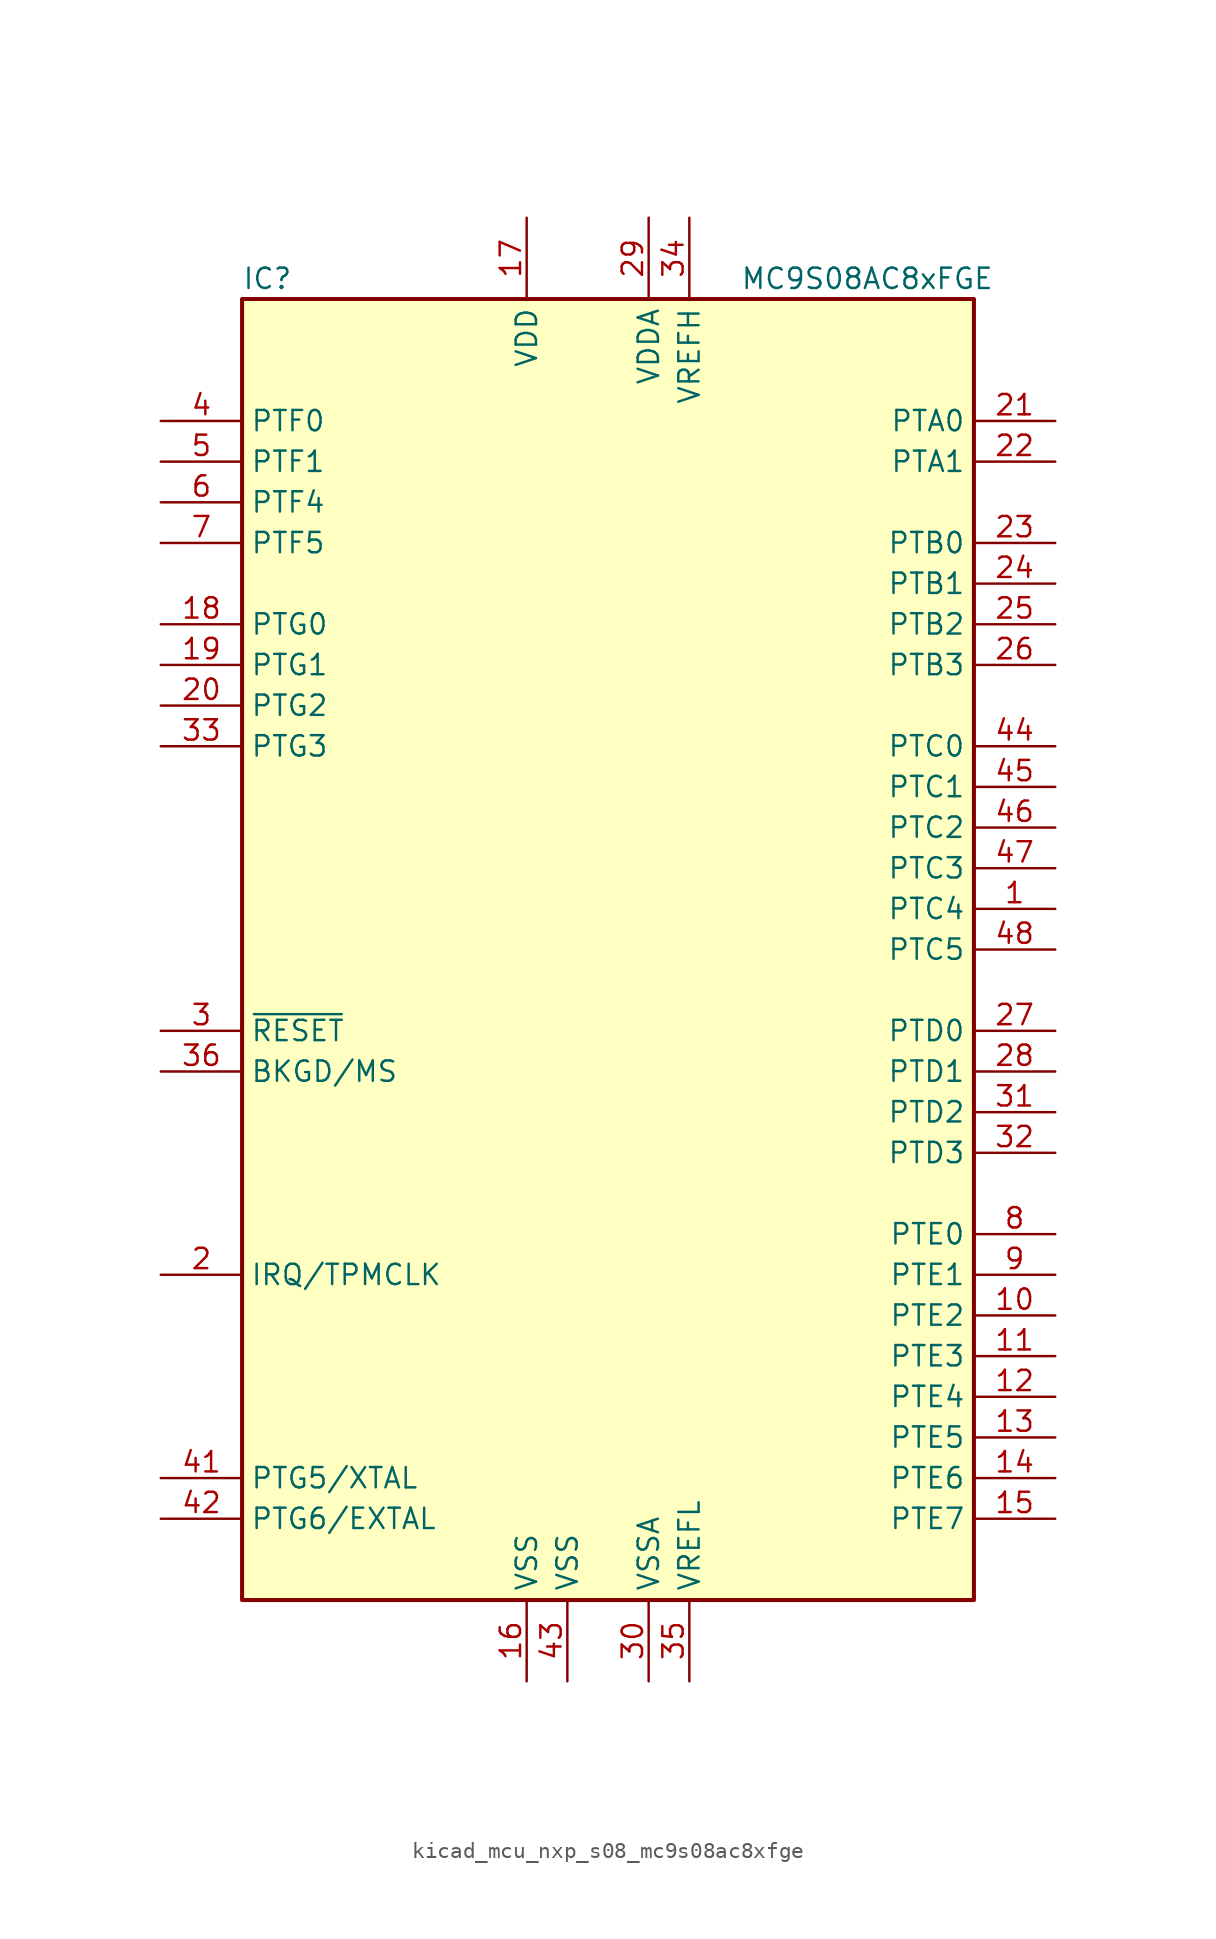
<source format=kicad_sym>
(kicad_symbol_lib
  (version 20220914)
  (generator kicad_symbol_editor)
  (symbol "kicad_mcu_nxp_s08_mc9s08ac8xfge"
    (property "Reference" "IC"
      (at -22.86 41.91 0)
      (effects (font (size 1.27 1.27)) (justify left)))
    (property "Value" "MC9S08AC8xFGE"
      (at 24.13 41.91 0)
      (effects (font (size 1.27 1.27)) (justify right)))
    (symbol "kicad_mcu_nxp_s08_mc9s08ac8xfge_0_1"
      (rectangle (start -22.86 40.64) (end 22.86 -40.64) (stroke (width 0.254) (type default)) (fill (type background))))
    (symbol "kicad_mcu_nxp_s08_mc9s08ac8xfge_1_1"
      (pin bidirectional line (at 27.94 2.54 180) (length 5.08) (name "PTC4" (effects (font (size 1.27 1.27)))) (number "1" (effects (font (size 1.27 1.27)))))
      (pin bidirectional line (at 27.94 -22.86 180) (length 5.08) (name "PTE2" (effects (font (size 1.27 1.27)))) (number "10" (effects (font (size 1.27 1.27)))))
      (pin bidirectional line (at 27.94 -25.4 180) (length 5.08) (name "PTE3" (effects (font (size 1.27 1.27)))) (number "11" (effects (font (size 1.27 1.27)))))
      (pin bidirectional line (at 27.94 -27.94 180) (length 5.08) (name "PTE4" (effects (font (size 1.27 1.27)))) (number "12" (effects (font (size 1.27 1.27)))))
      (pin bidirectional line (at 27.94 -30.48 180) (length 5.08) (name "PTE5" (effects (font (size 1.27 1.27)))) (number "13" (effects (font (size 1.27 1.27)))))
      (pin bidirectional line (at 27.94 -33.02 180) (length 5.08) (name "PTE6" (effects (font (size 1.27 1.27)))) (number "14" (effects (font (size 1.27 1.27)))))
      (pin bidirectional line (at 27.94 -35.56 180) (length 5.08) (name "PTE7" (effects (font (size 1.27 1.27)))) (number "15" (effects (font (size 1.27 1.27)))))
      (pin power_in line (at -5.08 -45.72 90) (length 5.08) (name "VSS" (effects (font (size 1.27 1.27)))) (number "16" (effects (font (size 1.27 1.27)))))
      (pin power_in line (at -5.08 45.72 270) (length 5.08) (name "VDD" (effects (font (size 1.27 1.27)))) (number "17" (effects (font (size 1.27 1.27)))))
      (pin bidirectional line (at -27.94 20.32 0) (length 5.08) (name "PTG0" (effects (font (size 1.27 1.27)))) (number "18" (effects (font (size 1.27 1.27)))))
      (pin bidirectional line (at -27.94 17.78 0) (length 5.08) (name "PTG1" (effects (font (size 1.27 1.27)))) (number "19" (effects (font (size 1.27 1.27)))))
      (pin input line (at -27.94 -20.32 0) (length 5.08) (name "IRQ/TPMCLK" (effects (font (size 1.27 1.27)))) (number "2" (effects (font (size 1.27 1.27)))))
      (pin bidirectional line (at -27.94 15.24 0) (length 5.08) (name "PTG2" (effects (font (size 1.27 1.27)))) (number "20" (effects (font (size 1.27 1.27)))))
      (pin bidirectional line (at 27.94 33.02 180) (length 5.08) (name "PTA0" (effects (font (size 1.27 1.27)))) (number "21" (effects (font (size 1.27 1.27)))))
      (pin bidirectional line (at 27.94 30.48 180) (length 5.08) (name "PTA1" (effects (font (size 1.27 1.27)))) (number "22" (effects (font (size 1.27 1.27)))))
      (pin bidirectional line (at 27.94 25.4 180) (length 5.08) (name "PTB0" (effects (font (size 1.27 1.27)))) (number "23" (effects (font (size 1.27 1.27)))))
      (pin bidirectional line (at 27.94 22.86 180) (length 5.08) (name "PTB1" (effects (font (size 1.27 1.27)))) (number "24" (effects (font (size 1.27 1.27)))))
      (pin bidirectional line (at 27.94 20.32 180) (length 5.08) (name "PTB2" (effects (font (size 1.27 1.27)))) (number "25" (effects (font (size 1.27 1.27)))))
      (pin bidirectional line (at 27.94 17.78 180) (length 5.08) (name "PTB3" (effects (font (size 1.27 1.27)))) (number "26" (effects (font (size 1.27 1.27)))))
      (pin bidirectional line (at 27.94 -5.08 180) (length 5.08) (name "PTD0" (effects (font (size 1.27 1.27)))) (number "27" (effects (font (size 1.27 1.27)))))
      (pin bidirectional line (at 27.94 -7.62 180) (length 5.08) (name "PTD1" (effects (font (size 1.27 1.27)))) (number "28" (effects (font (size 1.27 1.27)))))
      (pin power_in line (at 2.54 45.72 270) (length 5.08) (name "VDDA" (effects (font (size 1.27 1.27)))) (number "29" (effects (font (size 1.27 1.27)))))
      (pin input line (at -27.94 -5.08 0) (length 5.08) (name "~{RESET}" (effects (font (size 1.27 1.27)))) (number "3" (effects (font (size 1.27 1.27)))))
      (pin power_in line (at 2.54 -45.72 90) (length 5.08) (name "VSSA" (effects (font (size 1.27 1.27)))) (number "30" (effects (font (size 1.27 1.27)))))
      (pin bidirectional line (at 27.94 -10.16 180) (length 5.08) (name "PTD2" (effects (font (size 1.27 1.27)))) (number "31" (effects (font (size 1.27 1.27)))))
      (pin bidirectional line (at 27.94 -12.7 180) (length 5.08) (name "PTD3" (effects (font (size 1.27 1.27)))) (number "32" (effects (font (size 1.27 1.27)))))
      (pin bidirectional line (at -27.94 12.7 0) (length 5.08) (name "PTG3" (effects (font (size 1.27 1.27)))) (number "33" (effects (font (size 1.27 1.27)))))
      (pin power_in line (at 5.08 45.72 270) (length 5.08) (name "VREFH" (effects (font (size 1.27 1.27)))) (number "34" (effects (font (size 1.27 1.27)))))
      (pin power_in line (at 5.08 -45.72 90) (length 5.08) (name "VREFL" (effects (font (size 1.27 1.27)))) (number "35" (effects (font (size 1.27 1.27)))))
      (pin bidirectional line (at -27.94 -7.62 0) (length 5.08) (name "BKGD/MS" (effects (font (size 1.27 1.27)))) (number "36" (effects (font (size 1.27 1.27)))))
      (pin bidirectional line (at -27.94 33.02 0) (length 5.08) (name "PTF0" (effects (font (size 1.27 1.27)))) (number "4" (effects (font (size 1.27 1.27)))))
      (pin bidirectional line (at -27.94 -33.02 0) (length 5.08) (name "PTG5/XTAL" (effects (font (size 1.27 1.27)))) (number "41" (effects (font (size 1.27 1.27)))))
      (pin bidirectional line (at -27.94 -35.56 0) (length 5.08) (name "PTG6/EXTAL" (effects (font (size 1.27 1.27)))) (number "42" (effects (font (size 1.27 1.27)))))
      (pin power_in line (at -2.54 -45.72 90) (length 5.08) (name "VSS" (effects (font (size 1.27 1.27)))) (number "43" (effects (font (size 1.27 1.27)))))
      (pin bidirectional line (at 27.94 12.7 180) (length 5.08) (name "PTC0" (effects (font (size 1.27 1.27)))) (number "44" (effects (font (size 1.27 1.27)))))
      (pin bidirectional line (at 27.94 10.16 180) (length 5.08) (name "PTC1" (effects (font (size 1.27 1.27)))) (number "45" (effects (font (size 1.27 1.27)))))
      (pin bidirectional line (at 27.94 7.62 180) (length 5.08) (name "PTC2" (effects (font (size 1.27 1.27)))) (number "46" (effects (font (size 1.27 1.27)))))
      (pin bidirectional line (at 27.94 5.08 180) (length 5.08) (name "PTC3" (effects (font (size 1.27 1.27)))) (number "47" (effects (font (size 1.27 1.27)))))
      (pin bidirectional line (at 27.94 0 180) (length 5.08) (name "PTC5" (effects (font (size 1.27 1.27)))) (number "48" (effects (font (size 1.27 1.27)))))
      (pin bidirectional line (at -27.94 30.48 0) (length 5.08) (name "PTF1" (effects (font (size 1.27 1.27)))) (number "5" (effects (font (size 1.27 1.27)))))
      (pin bidirectional line (at -27.94 27.94 0) (length 5.08) (name "PTF4" (effects (font (size 1.27 1.27)))) (number "6" (effects (font (size 1.27 1.27)))))
      (pin bidirectional line (at -27.94 25.4 0) (length 5.08) (name "PTF5" (effects (font (size 1.27 1.27)))) (number "7" (effects (font (size 1.27 1.27)))))
      (pin bidirectional line (at 27.94 -17.78 180) (length 5.08) (name "PTE0" (effects (font (size 1.27 1.27)))) (number "8" (effects (font (size 1.27 1.27)))))
      (pin bidirectional line (at 27.94 -20.32 180) (length 5.08) (name "PTE1" (effects (font (size 1.27 1.27)))) (number "9" (effects (font (size 1.27 1.27))))))))
</source>
